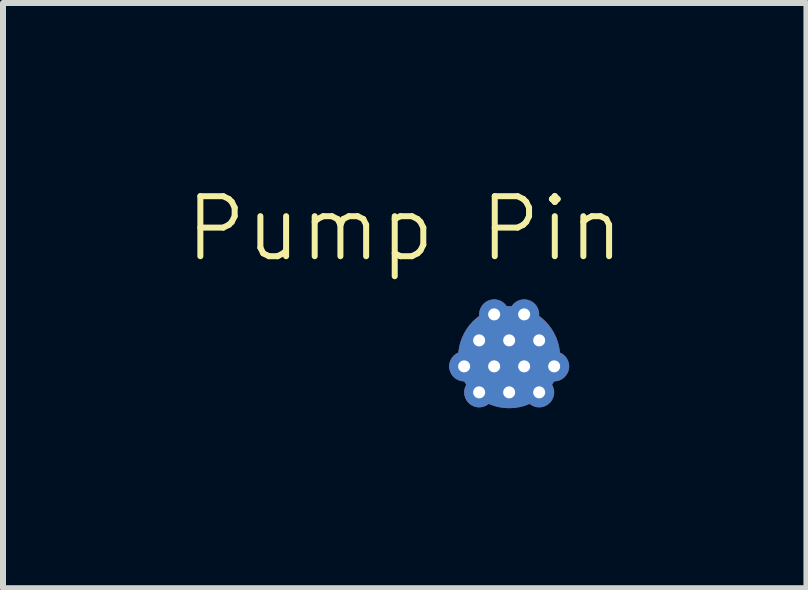
<source format=kicad_pcb>
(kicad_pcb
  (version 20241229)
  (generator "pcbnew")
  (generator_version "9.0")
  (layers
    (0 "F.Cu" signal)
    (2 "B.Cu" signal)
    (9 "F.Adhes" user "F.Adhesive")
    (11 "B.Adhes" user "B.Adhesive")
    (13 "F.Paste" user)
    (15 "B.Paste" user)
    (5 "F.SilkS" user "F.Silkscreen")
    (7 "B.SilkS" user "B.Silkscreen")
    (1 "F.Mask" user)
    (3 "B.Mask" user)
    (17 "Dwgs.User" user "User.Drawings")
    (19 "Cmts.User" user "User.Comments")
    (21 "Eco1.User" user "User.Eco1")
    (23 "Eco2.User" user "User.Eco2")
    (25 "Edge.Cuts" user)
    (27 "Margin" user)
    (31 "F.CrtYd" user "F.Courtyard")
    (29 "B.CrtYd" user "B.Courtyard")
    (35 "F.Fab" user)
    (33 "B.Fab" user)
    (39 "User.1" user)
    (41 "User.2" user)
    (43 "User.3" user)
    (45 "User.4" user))
  (footprint "Pump Pin"
    (layer "F.Cu")
    (at 5.433 2.901)
    (property "Reference" "Pump Pin" (at -1.74 -2.14 0) (unlocked yes) (layer "F.SilkS") (effects (font (size 1 1) (thickness 0.1))))
    (attr smd)
    (pad "1" thru_hole circle (at -0.75 0.153) (size 0.5 0.5) (drill 0.2) (layers "*.Cu" "*.Mask"))
    (pad "1" thru_hole circle (at -0.5 -0.28) (size 0.5 0.5) (drill 0.2) (layers "*.Cu" "*.Mask"))
    (pad "1" thru_hole circle (at -0.5 0.586) (size 0.5 0.5) (drill 0.2) (layers "*.Cu" "*.Mask"))
    (pad "1" thru_hole circle (at -0.25 -0.713) (size 0.5 0.5) (drill 0.2) (layers "*.Cu" "*.Mask"))
    (pad "1" thru_hole circle (at -0.25 0.153) (size 0.5 0.5) (drill 0.2) (layers "*.Cu" "*.Mask"))
    (pad "1" thru_hole circle (at 0 -0.28) (size 0.5 0.5) (drill 0.2) (layers "*.Cu" "*.Mask"))
    (pad "1" smd circle (at 0 0) (size 1.7 1.7) (layers "F.Cu" "F.Mask"))
    (pad "1" smd circle (at 0 0) (size 1.7 1.7) (layers "B.Cu" "B.Mask"))
    (pad "1" thru_hole circle (at 0 0.586) (size 0.5 0.5) (drill 0.2) (layers "*.Cu" "*.Mask"))
    (pad "1" thru_hole circle (at 0.25 -0.713) (size 0.5 0.5) (drill 0.2) (layers "*.Cu" "*.Mask"))
    (pad "1" thru_hole circle (at 0.25 0.153) (size 0.5 0.5) (drill 0.2) (layers "*.Cu" "*.Mask"))
    (pad "1" thru_hole circle (at 0.5 -0.28) (size 0.5 0.5) (drill 0.2) (layers "*.Cu" "*.Mask"))
    (pad "1" thru_hole circle (at 0.5 0.586) (size 0.5 0.5) (drill 0.2) (layers "*.Cu" "*.Mask"))
    (pad "1" thru_hole circle (at 0.75 0.153) (size 0.5 0.5) (drill 0.2) (layers "*.Cu" "*.Mask")))
  (gr_rect
    (start -3 -3)
    (end 10.386 6.75)
    (stroke (width 0.1) (type default))
    (fill no)
    (layer "Edge.Cuts")))
</source>
